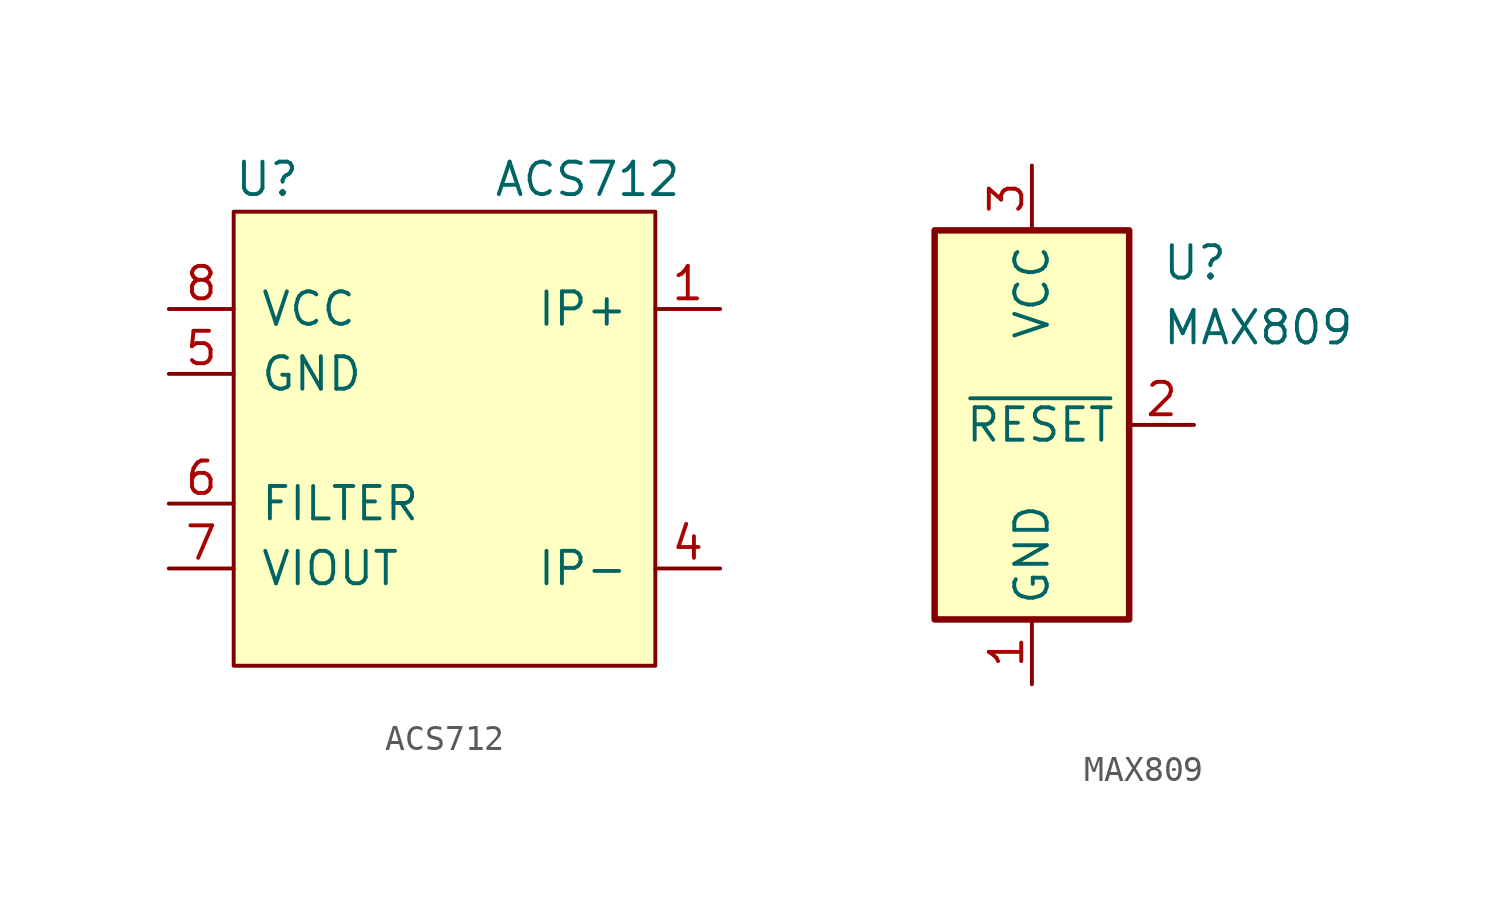
<source format=kicad_sym>
(kicad_symbol_lib
  (version 20211014)
  (generator kicad_symbol_editor)
  (symbol "ACS712"
    (pin_names
      (offset 1.016))
    (property "Reference" "U"
      (at -7.62 10.16 0)
      (effects (font (size 1.27 1.27)) (justify left)))
    (property "Value" "ACS712"
      (at 2.54 10.16 0)
      (effects (font (size 1.27 1.27)) (justify left)))
    (symbol "ACS712_0_1"
      (rectangle (start -7.62 8.89) (end 8.89 -8.89) (stroke (width 0) (type default) (color 0 0 0 0)) (fill (type background))))
    (symbol "ACS712_1_1"
      (pin passive line (at 11.43 5.08 180) (length 2.54) (name "IP+" (effects (font (size 1.27 1.27)))) (number "1" (effects (font (size 1.27 1.27)))))
      (pin passive line (at 11.43 5.08 180) (length 2.54) hide (name "IP+" (effects (font (size 1.27 1.27)))) (number "2" (effects (font (size 1.27 1.27)))))
      (pin passive line (at 11.43 -5.08 180) (length 2.54) hide (name "IP-" (effects (font (size 1.27 1.27)))) (number "3" (effects (font (size 1.27 1.27)))))
      (pin passive line (at 11.43 -5.08 180) (length 2.54) (name "IP-" (effects (font (size 1.27 1.27)))) (number "4" (effects (font (size 1.27 1.27)))))
      (pin power_in line (at -10.16 2.54 0) (length 2.54) (name "GND" (effects (font (size 1.27 1.27)))) (number "5" (effects (font (size 1.27 1.27)))))
      (pin passive line (at -10.16 -2.54 0) (length 2.54) (name "FILTER" (effects (font (size 1.27 1.27)))) (number "6" (effects (font (size 1.27 1.27)))))
      (pin output line (at -10.16 -5.08 0) (length 2.54) (name "VIOUT" (effects (font (size 1.27 1.27)))) (number "7" (effects (font (size 1.27 1.27)))))
      (pin power_in line (at -10.16 5.08 0) (length 2.54) (name "VCC" (effects (font (size 1.27 1.27)))) (number "8" (effects (font (size 1.27 1.27)))))))
  (symbol "MAX809"
    (property "Reference" "U"
      (at 5.08 6.35 0)
      (effects (font (size 1.27 1.27)) (justify left)))
    (property "Value" "MAX809"
      (at 5.08 3.81 0)
      (effects (font (size 1.27 1.27)) (justify left)))
    (symbol "MAX809_0_1"
      (rectangle (start -3.81 7.62) (end 3.81 -7.62) (stroke (width 0.254) (type default) (color 0 0 0 0)) (fill (type background))))
    (symbol "MAX809_1_1"
      (pin power_in line (at 0 -10.16 90) (length 2.54) (name "GND" (effects (font (size 1.27 1.27)))) (number "1" (effects (font (size 1.27 1.27)))))
      (pin output line (at 6.35 0 180) (length 2.54) (name "~{RESET}" (effects (font (size 1.27 1.27)))) (number "2" (effects (font (size 1.27 1.27)))))
      (pin power_in line (at 0 10.16 270) (length 2.54) (name "VCC" (effects (font (size 1.27 1.27)))) (number "3" (effects (font (size 1.27 1.27))))))))
</source>
